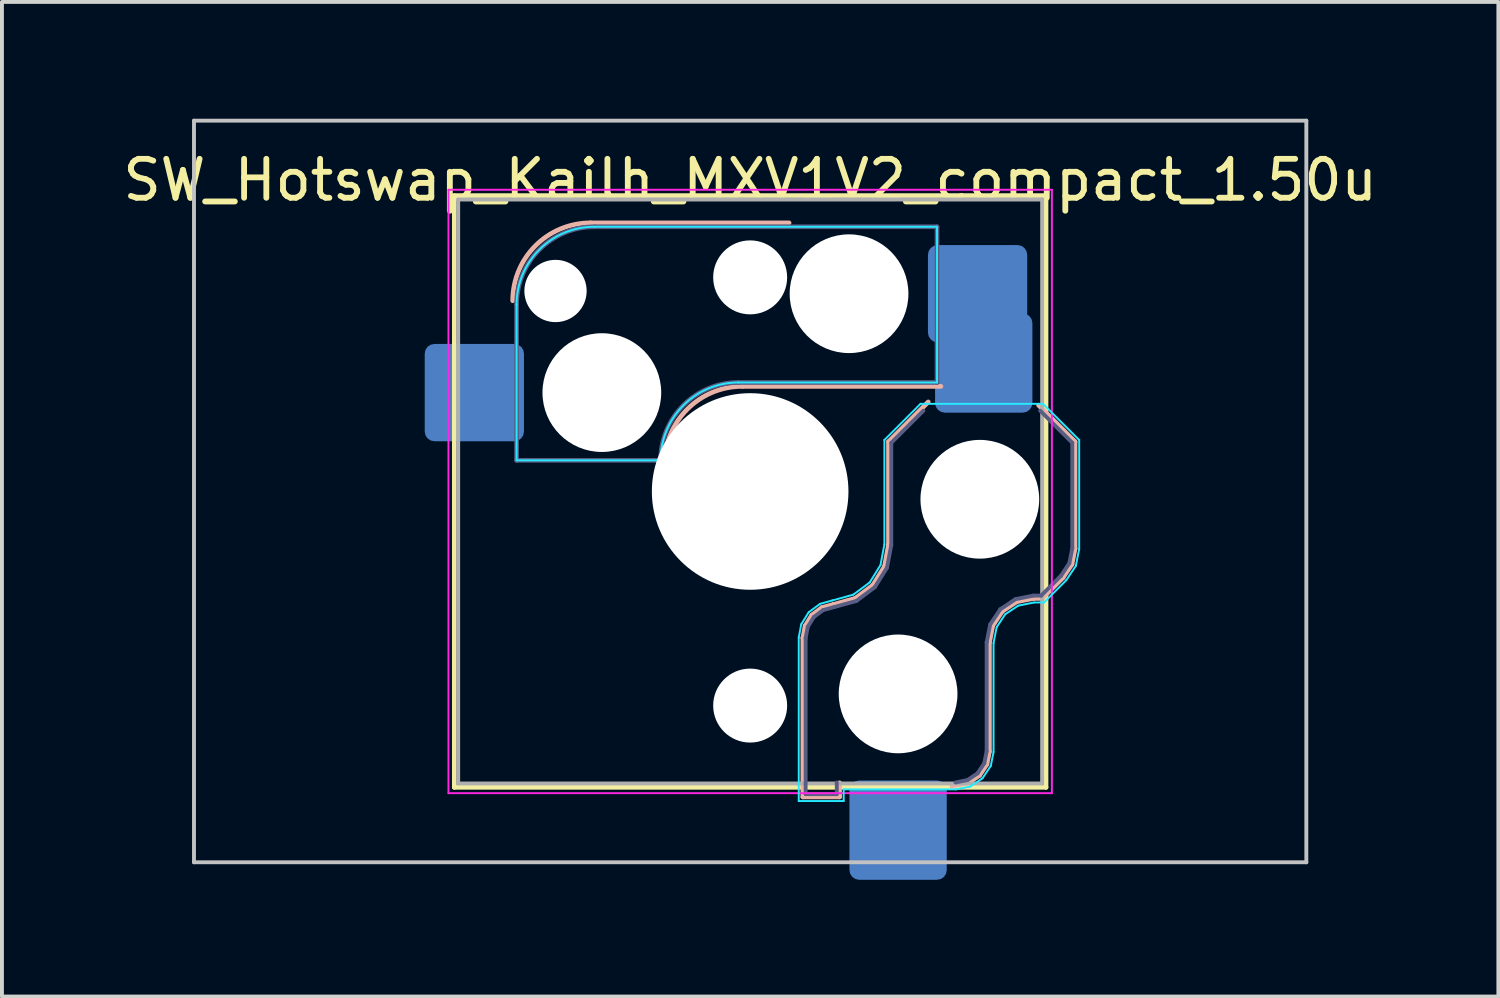
<source format=kicad_pcb>
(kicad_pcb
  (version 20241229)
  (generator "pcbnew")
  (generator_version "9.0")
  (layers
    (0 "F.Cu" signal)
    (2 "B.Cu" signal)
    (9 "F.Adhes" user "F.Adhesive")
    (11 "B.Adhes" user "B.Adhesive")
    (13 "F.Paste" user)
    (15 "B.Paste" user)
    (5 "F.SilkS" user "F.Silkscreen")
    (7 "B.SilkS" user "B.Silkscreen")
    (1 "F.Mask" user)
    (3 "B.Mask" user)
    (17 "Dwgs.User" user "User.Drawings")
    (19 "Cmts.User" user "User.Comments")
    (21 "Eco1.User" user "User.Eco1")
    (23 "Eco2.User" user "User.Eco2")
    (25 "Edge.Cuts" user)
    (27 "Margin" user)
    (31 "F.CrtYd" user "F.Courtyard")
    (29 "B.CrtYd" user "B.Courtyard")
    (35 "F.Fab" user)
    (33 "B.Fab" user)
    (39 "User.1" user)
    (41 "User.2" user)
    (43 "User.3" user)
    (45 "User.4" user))
  (footprint "SW_Hotswap_Kailh_MXV1V2_compact_1.50u"
    (layer "F.Cu")
    (at 16.22 9.575)
    (property "Reference" "SW_Hotswap_Kailh_MXV1V2_compact_1.50u" (at 0 -8 0) (layer "F.SilkS") (effects (font (size 1 1) (thickness 0.15))))
    (attr smd)
    (fp_line (start -7.6 -7.6) (end -7.6 7.6) (stroke (width 0.12) (type solid)) (layer "F.SilkS"))
    (fp_line (start -7.6 7.6) (end 7.6 7.6) (stroke (width 0.12) (type solid)) (layer "F.SilkS"))
    (fp_line (start 7.6 -7.6) (end -7.6 -7.6) (stroke (width 0.12) (type solid)) (layer "F.SilkS"))
    (fp_line (start 7.6 7.6) (end 7.6 -7.6) (stroke (width 0.12) (type solid)) (layer "F.SilkS"))
    (fp_line (start -4.1 -6.9) (end 1 -6.9) (stroke (width 0.12) (type solid)) (layer "B.SilkS"))
    (fp_line (start -0.2 -2.7) (end 4.9 -2.7) (stroke (width 0.12) (type solid)) (layer "B.SilkS"))
    (fp_line (start 1.354 3.76) (end 1.413 3.45) (stroke (width 0.12) (type solid)) (layer "B.SilkS"))
    (fp_line (start 1.354 7.846) (end 1.354 3.76) (stroke (width 0.12) (type solid)) (layer "B.SilkS"))
    (fp_line (start 1.413 3.45) (end 1.583 3.176) (stroke (width 0.12) (type solid)) (layer "B.SilkS"))
    (fp_line (start 1.583 3.176) (end 1.841 2.983) (stroke (width 0.12) (type solid)) (layer "B.SilkS"))
    (fp_line (start 1.841 2.983) (end 2.139 2.901) (stroke (width 0.12) (type solid)) (layer "B.SilkS"))
    (fp_line (start 2.139 2.901) (end 2.697 2.747) (stroke (width 0.12) (type solid)) (layer "B.SilkS"))
    (fp_line (start 2.296 7.483) (end 2.296 7.846) (stroke (width 0.12) (type solid)) (layer "B.SilkS"))
    (fp_line (start 2.296 7.846) (end 1.354 7.846) (stroke (width 0.12) (type solid)) (layer "B.SilkS"))
    (fp_line (start 2.697 2.747) (end 3.15 2.409) (stroke (width 0.12) (type solid)) (layer "B.SilkS"))
    (fp_line (start 3.15 2.409) (end 3.449 1.93) (stroke (width 0.12) (type solid)) (layer "B.SilkS"))
    (fp_line (start 3.449 1.93) (end 3.554 1.368) (stroke (width 0.12) (type solid)) (layer "B.SilkS"))
    (fp_line (start 3.554 -1.279) (end 4.575 -2.3) (stroke (width 0.12) (type solid)) (layer "B.SilkS"))
    (fp_line (start 3.554 1.368) (end 3.554 -1.279) (stroke (width 0.12) (type solid)) (layer "B.SilkS"))
    (fp_line (start 5.609 7.481) (end 5.182 7.566) (stroke (width 0.12) (type solid)) (layer "B.SilkS"))
    (fp_line (start 5.892 7.292) (end 5.609 7.481) (stroke (width 0.12) (type solid)) (layer "B.SilkS"))
    (fp_line (start 6.081 7.009) (end 5.892 7.292) (stroke (width 0.12) (type solid)) (layer "B.SilkS"))
    (fp_line (start 6.146 3.882) (end 6.146 6.682) (stroke (width 0.12) (type solid)) (layer "B.SilkS"))
    (fp_line (start 6.146 6.682) (end 6.081 7.009) (stroke (width 0.12) (type solid)) (layer "B.SilkS"))
    (fp_line (start 6.233 3.444) (end 6.146 3.882) (stroke (width 0.12) (type solid)) (layer "B.SilkS"))
    (fp_line (start 6.477 3.077) (end 6.233 3.444) (stroke (width 0.12) (type solid)) (layer "B.SilkS"))
    (fp_line (start 6.844 2.833) (end 6.477 3.077) (stroke (width 0.12) (type solid)) (layer "B.SilkS"))
    (fp_line (start 7.282 2.746) (end 6.844 2.833) (stroke (width 0.12) (type solid)) (layer "B.SilkS"))
    (fp_line (start 7.409 -2.216) (end 8.346 -1.279) (stroke (width 0.12) (type solid)) (layer "B.SilkS"))
    (fp_line (start 7.504 2.746) (end 7.282 2.746) (stroke (width 0.12) (type solid)) (layer "B.SilkS"))
    (fp_line (start 8.037 2.213) (end 7.504 2.746) (stroke (width 0.12) (type solid)) (layer "B.SilkS"))
    (fp_line (start 8.266 1.871) (end 8.037 2.213) (stroke (width 0.12) (type solid)) (layer "B.SilkS"))
    (fp_line (start 8.346 -1.279) (end 8.346 1.468) (stroke (width 0.12) (type solid)) (layer "B.SilkS"))
    (fp_line (start 8.346 1.468) (end 8.266 1.871) (stroke (width 0.12) (type solid)) (layer "B.SilkS"))
    (fp_arc (start -6.1 -4.9) (mid -5.514214 -6.314214) (end -4.1 -6.9) (stroke (width 0.12) (type solid)) (layer "B.SilkS"))
    (fp_arc (start -2.2 -0.7) (mid -1.614214 -2.114214) (end -0.2 -2.7) (stroke (width 0.12) (type solid)) (layer "B.SilkS"))
    (fp_line (start -14.287 -9.525) (end -14.287 9.525) (stroke (width 0.1) (type solid)) (layer "Dwgs.User"))
    (fp_line (start -14.287 9.525) (end 14.287 9.525) (stroke (width 0.1) (type solid)) (layer "Dwgs.User"))
    (fp_line (start 14.287 -9.525) (end -14.287 -9.525) (stroke (width 0.1) (type solid)) (layer "Dwgs.User"))
    (fp_line (start 14.287 9.525) (end 14.287 -9.525) (stroke (width 0.1) (type solid)) (layer "Dwgs.User"))
    (fp_line (start -6 -0.8) (end -6 -4.8) (stroke (width 0.05) (type solid)) (layer "B.CrtYd"))
    (fp_line (start -6 -0.8) (end -2.3 -0.8) (stroke (width 0.05) (type solid)) (layer "B.CrtYd"))
    (fp_line (start -4 -6.8) (end 4.8 -6.8) (stroke (width 0.05) (type solid)) (layer "B.CrtYd"))
    (fp_line (start -0.3 -2.8) (end 4.8 -2.8) (stroke (width 0.05) (type solid)) (layer "B.CrtYd"))
    (fp_line (start 1.248 3.75) (end 1.312 3.411) (stroke (width 0.05) (type solid)) (layer "B.CrtYd"))
    (fp_line (start 1.248 7.952) (end 1.248 3.75) (stroke (width 0.05) (type solid)) (layer "B.CrtYd"))
    (fp_line (start 1.312 3.411) (end 1.503 3.103) (stroke (width 0.05) (type solid)) (layer "B.CrtYd"))
    (fp_line (start 1.503 3.103) (end 1.794 2.887) (stroke (width 0.05) (type solid)) (layer "B.CrtYd"))
    (fp_line (start 1.794 2.887) (end 2.111 2.799) (stroke (width 0.05) (type solid)) (layer "B.CrtYd"))
    (fp_line (start 2.111 2.799) (end 2.65 2.65) (stroke (width 0.05) (type solid)) (layer "B.CrtYd"))
    (fp_line (start 2.402 7.652) (end 2.402 7.952) (stroke (width 0.05) (type solid)) (layer "B.CrtYd"))
    (fp_line (start 2.402 7.952) (end 1.248 7.952) (stroke (width 0.05) (type solid)) (layer "B.CrtYd"))
    (fp_line (start 2.65 2.65) (end 3.071 2.336) (stroke (width 0.05) (type solid)) (layer "B.CrtYd"))
    (fp_line (start 3.071 2.336) (end 3.348 1.891) (stroke (width 0.05) (type solid)) (layer "B.CrtYd"))
    (fp_line (start 3.348 1.891) (end 3.448 1.359) (stroke (width 0.05) (type solid)) (layer "B.CrtYd"))
    (fp_line (start 3.448 -1.323) (end 4.377 -2.252) (stroke (width 0.05) (type solid)) (layer "B.CrtYd"))
    (fp_line (start 3.448 1.359) (end 3.448 -1.323) (stroke (width 0.05) (type solid)) (layer "B.CrtYd"))
    (fp_line (start 4.377 -2.252) (end 7.523 -2.252) (stroke (width 0.05) (type solid)) (layer "B.CrtYd"))
    (fp_line (start 4.8 -6.8) (end 4.8 -2.8) (stroke (width 0.05) (type solid)) (layer "B.CrtYd"))
    (fp_line (start 5.292 7.652) (end 2.402 7.652) (stroke (width 0.05) (type solid)) (layer "B.CrtYd"))
    (fp_line (start 5.65 7.581) (end 5.292 7.652) (stroke (width 0.05) (type solid)) (layer "B.CrtYd"))
    (fp_line (start 5.968 7.368) (end 5.65 7.581) (stroke (width 0.05) (type solid)) (layer "B.CrtYd"))
    (fp_line (start 6.181 7.05) (end 5.968 7.368) (stroke (width 0.05) (type solid)) (layer "B.CrtYd"))
    (fp_line (start 6.252 3.892) (end 6.252 6.692) (stroke (width 0.05) (type solid)) (layer "B.CrtYd"))
    (fp_line (start 6.252 6.692) (end 6.181 7.05) (stroke (width 0.05) (type solid)) (layer "B.CrtYd"))
    (fp_line (start 6.333 3.485) (end 6.252 3.892) (stroke (width 0.05) (type solid)) (layer "B.CrtYd"))
    (fp_line (start 6.553 3.153) (end 6.333 3.485) (stroke (width 0.05) (type solid)) (layer "B.CrtYd"))
    (fp_line (start 6.885 2.933) (end 6.553 3.153) (stroke (width 0.05) (type solid)) (layer "B.CrtYd"))
    (fp_line (start 7.292 2.852) (end 6.885 2.933) (stroke (width 0.05) (type solid)) (layer "B.CrtYd"))
    (fp_line (start 7.523 -2.252) (end 8.452 -1.323) (stroke (width 0.05) (type solid)) (layer "B.CrtYd"))
    (fp_line (start 7.548 2.852) (end 7.292 2.852) (stroke (width 0.05) (type solid)) (layer "B.CrtYd"))
    (fp_line (start 8.119 2.281) (end 7.548 2.852) (stroke (width 0.05) (type solid)) (layer "B.CrtYd"))
    (fp_line (start 8.366 1.912) (end 8.119 2.281) (stroke (width 0.05) (type solid)) (layer "B.CrtYd"))
    (fp_line (start 8.452 -1.323) (end 8.452 1.478) (stroke (width 0.05) (type solid)) (layer "B.CrtYd"))
    (fp_line (start 8.452 1.478) (end 8.366 1.912) (stroke (width 0.05) (type solid)) (layer "B.CrtYd"))
    (fp_arc (start -6 -4.8) (mid -5.414214 -6.214214) (end -4 -6.8) (stroke (width 0.05) (type solid)) (layer "B.CrtYd"))
    (fp_arc (start -2.3 -0.8) (mid -1.714214 -2.214214) (end -0.3 -2.8) (stroke (width 0.05) (type solid)) (layer "B.CrtYd"))
    (fp_line (start -7.75 -7.75) (end -7.75 7.75) (stroke (width 0.05) (type solid)) (layer "F.CrtYd"))
    (fp_line (start -7.75 7.75) (end 7.75 7.75) (stroke (width 0.05) (type solid)) (layer "F.CrtYd"))
    (fp_line (start 7.75 -7.75) (end -7.75 -7.75) (stroke (width 0.05) (type solid)) (layer "F.CrtYd"))
    (fp_line (start 7.75 7.75) (end 7.75 -7.75) (stroke (width 0.05) (type solid)) (layer "F.CrtYd"))
    (fp_line (start -6 -0.8) (end -6 -4.8) (stroke (width 0.12) (type solid)) (layer "B.Fab"))
    (fp_line (start -6 -0.8) (end -2.3 -0.8) (stroke (width 0.12) (type solid)) (layer "B.Fab"))
    (fp_line (start -4 -6.8) (end 4.8 -6.8) (stroke (width 0.12) (type solid)) (layer "B.Fab"))
    (fp_line (start -0.3 -2.8) (end 4.8 -2.8) (stroke (width 0.12) (type solid)) (layer "B.Fab"))
    (fp_line (start 1.425 3.767) (end 1.48 3.476) (stroke (width 0.1) (type solid)) (layer "B.Fab"))
    (fp_line (start 1.425 7.775) (end 1.425 3.767) (stroke (width 0.1) (type solid)) (layer "B.Fab"))
    (fp_line (start 1.48 3.476) (end 1.636 3.225) (stroke (width 0.1) (type solid)) (layer "B.Fab"))
    (fp_line (start 1.636 3.225) (end 1.873 3.048) (stroke (width 0.1) (type solid)) (layer "B.Fab"))
    (fp_line (start 1.873 3.048) (end 2.158 2.969) (stroke (width 0.1) (type solid)) (layer "B.Fab"))
    (fp_line (start 2.158 2.969) (end 2.729 2.812) (stroke (width 0.1) (type solid)) (layer "B.Fab"))
    (fp_line (start 2.225 7.475) (end 2.225 7.775) (stroke (width 0.1) (type solid)) (layer "B.Fab"))
    (fp_line (start 2.225 7.775) (end 1.425 7.775) (stroke (width 0.1) (type solid)) (layer "B.Fab"))
    (fp_line (start 2.729 2.812) (end 3.203 2.458) (stroke (width 0.1) (type solid)) (layer "B.Fab"))
    (fp_line (start 3.203 2.458) (end 3.516 1.956) (stroke (width 0.1) (type solid)) (layer "B.Fab"))
    (fp_line (start 3.516 1.956) (end 3.625 1.375) (stroke (width 0.1) (type solid)) (layer "B.Fab"))
    (fp_line (start 3.625 -1.25) (end 4.45 -2.075) (stroke (width 0.1) (type solid)) (layer "B.Fab"))
    (fp_line (start 3.625 1.375) (end 3.625 -1.25) (stroke (width 0.1) (type solid)) (layer "B.Fab"))
    (fp_line (start 4.8 -6.8) (end 4.8 -2.8) (stroke (width 0.12) (type solid)) (layer "B.Fab"))
    (fp_line (start 5.581 7.414) (end 5.275 7.475) (stroke (width 0.1) (type solid)) (layer "B.Fab"))
    (fp_line (start 5.841 7.241) (end 5.581 7.414) (stroke (width 0.1) (type solid)) (layer "B.Fab"))
    (fp_line (start 6.014 6.981) (end 5.841 7.241) (stroke (width 0.1) (type solid)) (layer "B.Fab"))
    (fp_line (start 6.075 3.875) (end 6.075 6.675) (stroke (width 0.1) (type solid)) (layer "B.Fab"))
    (fp_line (start 6.075 6.675) (end 6.014 6.981) (stroke (width 0.1) (type solid)) (layer "B.Fab"))
    (fp_line (start 6.166 3.416) (end 6.075 3.875) (stroke (width 0.1) (type solid)) (layer "B.Fab"))
    (fp_line (start 6.426 3.026) (end 6.166 3.416) (stroke (width 0.1) (type solid)) (layer "B.Fab"))
    (fp_line (start 6.816 2.766) (end 6.426 3.026) (stroke (width 0.1) (type solid)) (layer "B.Fab"))
    (fp_line (start 7.275 2.675) (end 6.816 2.766) (stroke (width 0.1) (type solid)) (layer "B.Fab"))
    (fp_line (start 7.45 -2.075) (end 8.275 -1.25) (stroke (width 0.1) (type solid)) (layer "B.Fab"))
    (fp_line (start 7.475 2.675) (end 7.275 2.675) (stroke (width 0.1) (type solid)) (layer "B.Fab"))
    (fp_line (start 7.982 2.168) (end 7.475 2.675) (stroke (width 0.1) (type solid)) (layer "B.Fab"))
    (fp_line (start 8.199 1.843) (end 7.982 2.168) (stroke (width 0.1) (type solid)) (layer "B.Fab"))
    (fp_line (start 8.275 -1.25) (end 8.275 1.461) (stroke (width 0.1) (type solid)) (layer "B.Fab"))
    (fp_line (start 8.275 1.461) (end 8.199 1.843) (stroke (width 0.1) (type solid)) (layer "B.Fab"))
    (fp_arc (start -6 -4.8) (mid -5.414214 -6.214214) (end -4 -6.8) (stroke (width 0.12) (type solid)) (layer "B.Fab"))
    (fp_arc (start -2.3 -0.8) (mid -1.714214 -2.214214) (end -0.3 -2.8) (stroke (width 0.12) (type solid)) (layer "B.Fab"))
    (fp_line (start -7.5 -7.5) (end -7.5 7.5) (stroke (width 0.1) (type solid)) (layer "F.Fab"))
    (fp_line (start -7.5 7.5) (end 7.5 7.5) (stroke (width 0.1) (type solid)) (layer "F.Fab"))
    (fp_line (start 7.5 -7.5) (end -7.5 -7.5) (stroke (width 0.1) (type solid)) (layer "F.Fab"))
    (fp_line (start 7.5 7.5) (end 7.5 -7.5) (stroke (width 0.1) (type solid)) (layer "F.Fab"))
    (pad "" np_thru_hole circle (at -5 -5.15) (size 1.6 1.6) (drill 1.6) (layers "*.Cu" "*.Mask"))
    (pad "" np_thru_hole circle (at -3.81 -2.54) (size 3.05 3.05) (drill 3.05) (layers "*.Cu" "*.Mask"))
    (pad "" np_thru_hole circle (at 0 -5.5 270) (size 1.9 1.9) (drill 1.9) (layers "*.Cu" "*.Mask"))
    (pad "" np_thru_hole circle (at 0 0 270) (size 5.05 5.05) (drill 5.05) (layers "*.Cu" "*.Mask"))
    (pad "" np_thru_hole circle (at 0 5.5 270) (size 1.9 1.9) (drill 1.9) (layers "*.Cu" "*.Mask"))
    (pad "" np_thru_hole circle (at 2.54 -5.08) (size 3.05 3.05) (drill 3.05) (layers "*.Cu" "*.Mask"))
    (pad "" np_thru_hole circle (at 3.8 5.2 270) (size 3.05 3.05) (drill 3.05) (layers "*.Cu" "*.Mask"))
    (pad "" np_thru_hole circle (at 5.9 0.2 270) (size 3.05 3.05) (drill 3.05) (layers "*.Cu" "*.Mask"))
    (pad "1" smd roundrect (at 5.842 -5.08) (size 2.55 2.5) (layers "B.Cu" "B.Mask" "B.Paste") (roundrect_rratio 0.1))
    (pad "1" smd roundrect (at 6 -3.3 270) (size 2.55 2.5) (layers "B.Cu" "B.Mask" "B.Paste") (roundrect_rratio 0.1))
    (pad "2" smd roundrect (at -7.085 -2.54) (size 2.55 2.5) (layers "B.Cu" "B.Mask" "B.Paste") (roundrect_rratio 0.1))
    (pad "2" smd roundrect (at 3.8 8.7 270) (size 2.55 2.5) (layers "B.Cu" "B.Mask" "B.Paste") (roundrect_rratio 0.1)))
  (gr_rect
    (start -3 -3)
    (end 35.44 22.55)
    (stroke (width 0.1) (type default))
    (fill no)
    (layer "Edge.Cuts")))
</source>
